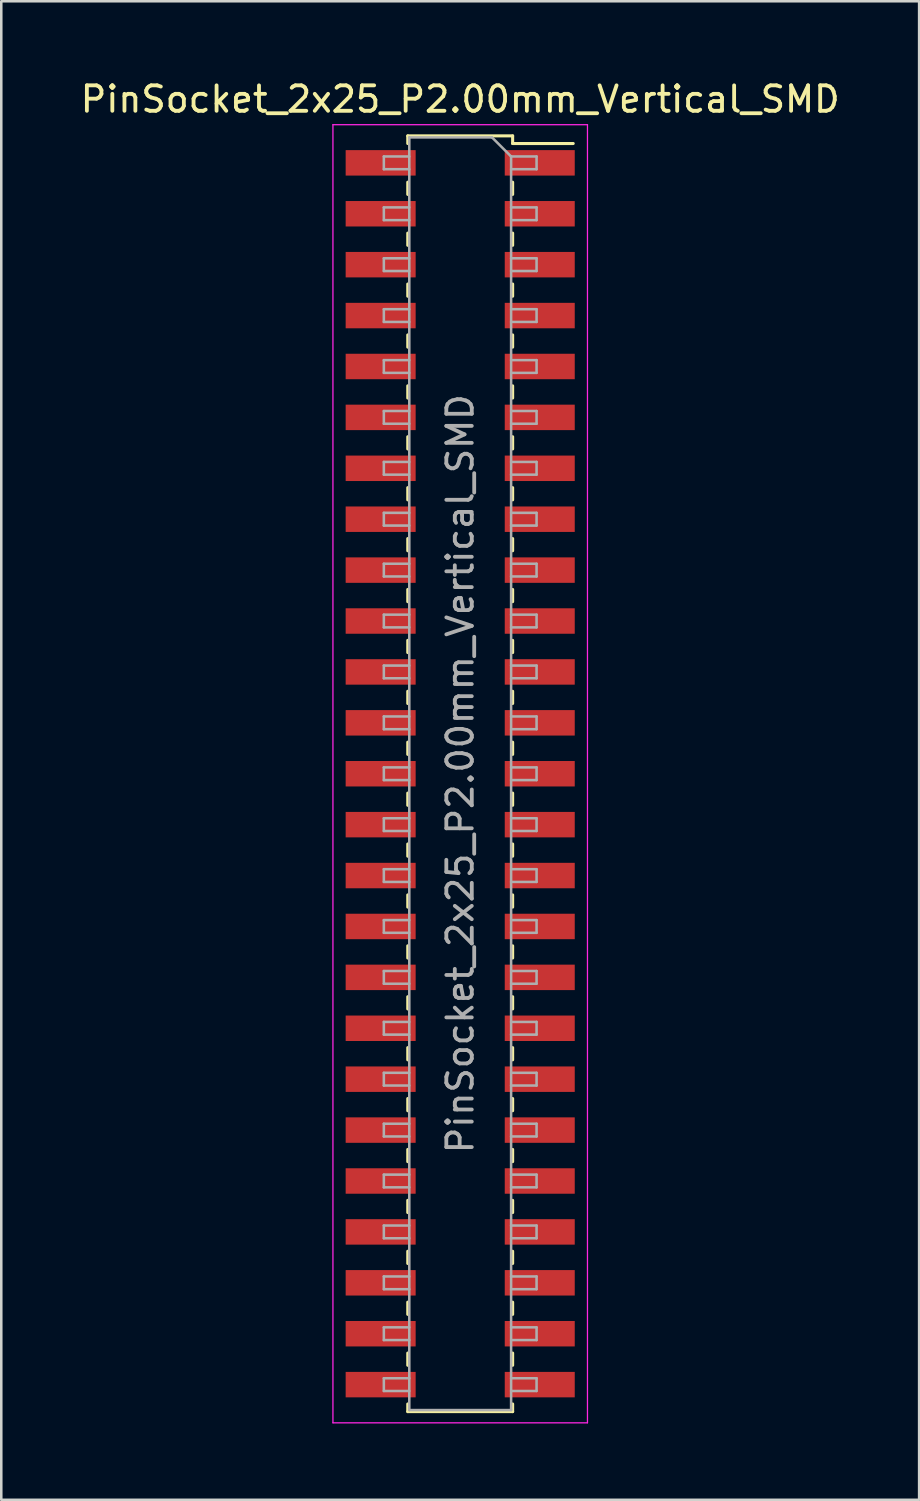
<source format=kicad_pcb>
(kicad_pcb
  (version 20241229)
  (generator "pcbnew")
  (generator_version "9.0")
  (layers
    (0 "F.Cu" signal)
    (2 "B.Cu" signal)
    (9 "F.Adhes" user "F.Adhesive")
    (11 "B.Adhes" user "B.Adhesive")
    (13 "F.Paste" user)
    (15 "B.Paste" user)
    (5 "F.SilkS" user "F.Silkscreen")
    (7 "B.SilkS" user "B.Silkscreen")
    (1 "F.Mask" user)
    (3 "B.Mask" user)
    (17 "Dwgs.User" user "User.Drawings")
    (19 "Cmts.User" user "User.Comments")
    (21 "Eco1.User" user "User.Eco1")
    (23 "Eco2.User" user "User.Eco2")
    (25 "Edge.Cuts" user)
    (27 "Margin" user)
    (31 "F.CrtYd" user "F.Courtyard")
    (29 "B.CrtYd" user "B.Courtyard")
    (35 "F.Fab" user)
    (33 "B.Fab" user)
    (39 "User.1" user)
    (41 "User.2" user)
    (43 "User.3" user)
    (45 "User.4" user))
  (footprint "PinSocket_2x25_P2.00mm_Vertical_SMD"
    (layer "F.Cu")
    (at 15.03 27.348)
    (property "Reference" "PinSocket_2x25_P2.00mm_Vertical_SMD" (at 0 -26.5 0) (layer "F.SilkS") (effects (font (size 1 1) (thickness 0.15))))
    (attr smd)
    (fp_line (start -2.06 -25.06) (end -2.06 -24.76) (stroke (width 0.12) (type solid)) (layer "F.SilkS"))
    (fp_line (start -2.06 -25.06) (end 2.06 -25.06) (stroke (width 0.12) (type solid)) (layer "F.SilkS"))
    (fp_line (start -2.06 -23.24) (end -2.06 -22.76) (stroke (width 0.12) (type solid)) (layer "F.SilkS"))
    (fp_line (start -2.06 -21.24) (end -2.06 -20.76) (stroke (width 0.12) (type solid)) (layer "F.SilkS"))
    (fp_line (start -2.06 -19.24) (end -2.06 -18.76) (stroke (width 0.12) (type solid)) (layer "F.SilkS"))
    (fp_line (start -2.06 -17.24) (end -2.06 -16.76) (stroke (width 0.12) (type solid)) (layer "F.SilkS"))
    (fp_line (start -2.06 -15.24) (end -2.06 -14.76) (stroke (width 0.12) (type solid)) (layer "F.SilkS"))
    (fp_line (start -2.06 -13.24) (end -2.06 -12.76) (stroke (width 0.12) (type solid)) (layer "F.SilkS"))
    (fp_line (start -2.06 -11.24) (end -2.06 -10.76) (stroke (width 0.12) (type solid)) (layer "F.SilkS"))
    (fp_line (start -2.06 -9.24) (end -2.06 -8.76) (stroke (width 0.12) (type solid)) (layer "F.SilkS"))
    (fp_line (start -2.06 -7.24) (end -2.06 -6.76) (stroke (width 0.12) (type solid)) (layer "F.SilkS"))
    (fp_line (start -2.06 -5.24) (end -2.06 -4.76) (stroke (width 0.12) (type solid)) (layer "F.SilkS"))
    (fp_line (start -2.06 -3.24) (end -2.06 -2.76) (stroke (width 0.12) (type solid)) (layer "F.SilkS"))
    (fp_line (start -2.06 -1.24) (end -2.06 -0.76) (stroke (width 0.12) (type solid)) (layer "F.SilkS"))
    (fp_line (start -2.06 0.76) (end -2.06 1.24) (stroke (width 0.12) (type solid)) (layer "F.SilkS"))
    (fp_line (start -2.06 2.76) (end -2.06 3.24) (stroke (width 0.12) (type solid)) (layer "F.SilkS"))
    (fp_line (start -2.06 4.76) (end -2.06 5.24) (stroke (width 0.12) (type solid)) (layer "F.SilkS"))
    (fp_line (start -2.06 6.76) (end -2.06 7.24) (stroke (width 0.12) (type solid)) (layer "F.SilkS"))
    (fp_line (start -2.06 8.76) (end -2.06 9.24) (stroke (width 0.12) (type solid)) (layer "F.SilkS"))
    (fp_line (start -2.06 10.76) (end -2.06 11.24) (stroke (width 0.12) (type solid)) (layer "F.SilkS"))
    (fp_line (start -2.06 12.76) (end -2.06 13.24) (stroke (width 0.12) (type solid)) (layer "F.SilkS"))
    (fp_line (start -2.06 14.76) (end -2.06 15.24) (stroke (width 0.12) (type solid)) (layer "F.SilkS"))
    (fp_line (start -2.06 16.76) (end -2.06 17.24) (stroke (width 0.12) (type solid)) (layer "F.SilkS"))
    (fp_line (start -2.06 18.76) (end -2.06 19.24) (stroke (width 0.12) (type solid)) (layer "F.SilkS"))
    (fp_line (start -2.06 20.76) (end -2.06 21.24) (stroke (width 0.12) (type solid)) (layer "F.SilkS"))
    (fp_line (start -2.06 22.76) (end -2.06 23.24) (stroke (width 0.12) (type solid)) (layer "F.SilkS"))
    (fp_line (start -2.06 24.76) (end -2.06 25.06) (stroke (width 0.12) (type solid)) (layer "F.SilkS"))
    (fp_line (start -2.06 25.06) (end 2.06 25.06) (stroke (width 0.12) (type solid)) (layer "F.SilkS"))
    (fp_line (start 2.06 -25.06) (end 2.06 -24.76) (stroke (width 0.12) (type solid)) (layer "F.SilkS"))
    (fp_line (start 2.06 -24.76) (end 4.44 -24.76) (stroke (width 0.12) (type solid)) (layer "F.SilkS"))
    (fp_line (start 2.06 -23.24) (end 2.06 -22.76) (stroke (width 0.12) (type solid)) (layer "F.SilkS"))
    (fp_line (start 2.06 -21.24) (end 2.06 -20.76) (stroke (width 0.12) (type solid)) (layer "F.SilkS"))
    (fp_line (start 2.06 -19.24) (end 2.06 -18.76) (stroke (width 0.12) (type solid)) (layer "F.SilkS"))
    (fp_line (start 2.06 -17.24) (end 2.06 -16.76) (stroke (width 0.12) (type solid)) (layer "F.SilkS"))
    (fp_line (start 2.06 -15.24) (end 2.06 -14.76) (stroke (width 0.12) (type solid)) (layer "F.SilkS"))
    (fp_line (start 2.06 -13.24) (end 2.06 -12.76) (stroke (width 0.12) (type solid)) (layer "F.SilkS"))
    (fp_line (start 2.06 -11.24) (end 2.06 -10.76) (stroke (width 0.12) (type solid)) (layer "F.SilkS"))
    (fp_line (start 2.06 -9.24) (end 2.06 -8.76) (stroke (width 0.12) (type solid)) (layer "F.SilkS"))
    (fp_line (start 2.06 -7.24) (end 2.06 -6.76) (stroke (width 0.12) (type solid)) (layer "F.SilkS"))
    (fp_line (start 2.06 -5.24) (end 2.06 -4.76) (stroke (width 0.12) (type solid)) (layer "F.SilkS"))
    (fp_line (start 2.06 -3.24) (end 2.06 -2.76) (stroke (width 0.12) (type solid)) (layer "F.SilkS"))
    (fp_line (start 2.06 -1.24) (end 2.06 -0.76) (stroke (width 0.12) (type solid)) (layer "F.SilkS"))
    (fp_line (start 2.06 0.76) (end 2.06 1.24) (stroke (width 0.12) (type solid)) (layer "F.SilkS"))
    (fp_line (start 2.06 2.76) (end 2.06 3.24) (stroke (width 0.12) (type solid)) (layer "F.SilkS"))
    (fp_line (start 2.06 4.76) (end 2.06 5.24) (stroke (width 0.12) (type solid)) (layer "F.SilkS"))
    (fp_line (start 2.06 6.76) (end 2.06 7.24) (stroke (width 0.12) (type solid)) (layer "F.SilkS"))
    (fp_line (start 2.06 8.76) (end 2.06 9.24) (stroke (width 0.12) (type solid)) (layer "F.SilkS"))
    (fp_line (start 2.06 10.76) (end 2.06 11.24) (stroke (width 0.12) (type solid)) (layer "F.SilkS"))
    (fp_line (start 2.06 12.76) (end 2.06 13.24) (stroke (width 0.12) (type solid)) (layer "F.SilkS"))
    (fp_line (start 2.06 14.76) (end 2.06 15.24) (stroke (width 0.12) (type solid)) (layer "F.SilkS"))
    (fp_line (start 2.06 16.76) (end 2.06 17.24) (stroke (width 0.12) (type solid)) (layer "F.SilkS"))
    (fp_line (start 2.06 18.76) (end 2.06 19.24) (stroke (width 0.12) (type solid)) (layer "F.SilkS"))
    (fp_line (start 2.06 20.76) (end 2.06 21.24) (stroke (width 0.12) (type solid)) (layer "F.SilkS"))
    (fp_line (start 2.06 22.76) (end 2.06 23.24) (stroke (width 0.12) (type solid)) (layer "F.SilkS"))
    (fp_line (start 2.06 24.76) (end 2.06 25.06) (stroke (width 0.12) (type solid)) (layer "F.SilkS"))
    (fp_line (start -5 -25.5) (end 5 -25.5) (stroke (width 0.05) (type solid)) (layer "F.CrtYd"))
    (fp_line (start -5 25.5) (end -5 -25.5) (stroke (width 0.05) (type solid)) (layer "F.CrtYd"))
    (fp_line (start 5 -25.5) (end 5 25.5) (stroke (width 0.05) (type solid)) (layer "F.CrtYd"))
    (fp_line (start 5 25.5) (end -5 25.5) (stroke (width 0.05) (type solid)) (layer "F.CrtYd"))
    (fp_line (start -3 -24.25) (end -2 -24.25) (stroke (width 0.1) (type solid)) (layer "F.Fab"))
    (fp_line (start -3 -23.75) (end -3 -24.25) (stroke (width 0.1) (type solid)) (layer "F.Fab"))
    (fp_line (start -3 -22.25) (end -2 -22.25) (stroke (width 0.1) (type solid)) (layer "F.Fab"))
    (fp_line (start -3 -21.75) (end -3 -22.25) (stroke (width 0.1) (type solid)) (layer "F.Fab"))
    (fp_line (start -3 -20.25) (end -2 -20.25) (stroke (width 0.1) (type solid)) (layer "F.Fab"))
    (fp_line (start -3 -19.75) (end -3 -20.25) (stroke (width 0.1) (type solid)) (layer "F.Fab"))
    (fp_line (start -3 -18.25) (end -2 -18.25) (stroke (width 0.1) (type solid)) (layer "F.Fab"))
    (fp_line (start -3 -17.75) (end -3 -18.25) (stroke (width 0.1) (type solid)) (layer "F.Fab"))
    (fp_line (start -3 -16.25) (end -2 -16.25) (stroke (width 0.1) (type solid)) (layer "F.Fab"))
    (fp_line (start -3 -15.75) (end -3 -16.25) (stroke (width 0.1) (type solid)) (layer "F.Fab"))
    (fp_line (start -3 -14.25) (end -2 -14.25) (stroke (width 0.1) (type solid)) (layer "F.Fab"))
    (fp_line (start -3 -13.75) (end -3 -14.25) (stroke (width 0.1) (type solid)) (layer "F.Fab"))
    (fp_line (start -3 -12.25) (end -2 -12.25) (stroke (width 0.1) (type solid)) (layer "F.Fab"))
    (fp_line (start -3 -11.75) (end -3 -12.25) (stroke (width 0.1) (type solid)) (layer "F.Fab"))
    (fp_line (start -3 -10.25) (end -2 -10.25) (stroke (width 0.1) (type solid)) (layer "F.Fab"))
    (fp_line (start -3 -9.75) (end -3 -10.25) (stroke (width 0.1) (type solid)) (layer "F.Fab"))
    (fp_line (start -3 -8.25) (end -2 -8.25) (stroke (width 0.1) (type solid)) (layer "F.Fab"))
    (fp_line (start -3 -7.75) (end -3 -8.25) (stroke (width 0.1) (type solid)) (layer "F.Fab"))
    (fp_line (start -3 -6.25) (end -2 -6.25) (stroke (width 0.1) (type solid)) (layer "F.Fab"))
    (fp_line (start -3 -5.75) (end -3 -6.25) (stroke (width 0.1) (type solid)) (layer "F.Fab"))
    (fp_line (start -3 -4.25) (end -2 -4.25) (stroke (width 0.1) (type solid)) (layer "F.Fab"))
    (fp_line (start -3 -3.75) (end -3 -4.25) (stroke (width 0.1) (type solid)) (layer "F.Fab"))
    (fp_line (start -3 -2.25) (end -2 -2.25) (stroke (width 0.1) (type solid)) (layer "F.Fab"))
    (fp_line (start -3 -1.75) (end -3 -2.25) (stroke (width 0.1) (type solid)) (layer "F.Fab"))
    (fp_line (start -3 -0.25) (end -2 -0.25) (stroke (width 0.1) (type solid)) (layer "F.Fab"))
    (fp_line (start -3 0.25) (end -3 -0.25) (stroke (width 0.1) (type solid)) (layer "F.Fab"))
    (fp_line (start -3 1.75) (end -2 1.75) (stroke (width 0.1) (type solid)) (layer "F.Fab"))
    (fp_line (start -3 2.25) (end -3 1.75) (stroke (width 0.1) (type solid)) (layer "F.Fab"))
    (fp_line (start -3 3.75) (end -2 3.75) (stroke (width 0.1) (type solid)) (layer "F.Fab"))
    (fp_line (start -3 4.25) (end -3 3.75) (stroke (width 0.1) (type solid)) (layer "F.Fab"))
    (fp_line (start -3 5.75) (end -2 5.75) (stroke (width 0.1) (type solid)) (layer "F.Fab"))
    (fp_line (start -3 6.25) (end -3 5.75) (stroke (width 0.1) (type solid)) (layer "F.Fab"))
    (fp_line (start -3 7.75) (end -2 7.75) (stroke (width 0.1) (type solid)) (layer "F.Fab"))
    (fp_line (start -3 8.25) (end -3 7.75) (stroke (width 0.1) (type solid)) (layer "F.Fab"))
    (fp_line (start -3 9.75) (end -2 9.75) (stroke (width 0.1) (type solid)) (layer "F.Fab"))
    (fp_line (start -3 10.25) (end -3 9.75) (stroke (width 0.1) (type solid)) (layer "F.Fab"))
    (fp_line (start -3 11.75) (end -2 11.75) (stroke (width 0.1) (type solid)) (layer "F.Fab"))
    (fp_line (start -3 12.25) (end -3 11.75) (stroke (width 0.1) (type solid)) (layer "F.Fab"))
    (fp_line (start -3 13.75) (end -2 13.75) (stroke (width 0.1) (type solid)) (layer "F.Fab"))
    (fp_line (start -3 14.25) (end -3 13.75) (stroke (width 0.1) (type solid)) (layer "F.Fab"))
    (fp_line (start -3 15.75) (end -2 15.75) (stroke (width 0.1) (type solid)) (layer "F.Fab"))
    (fp_line (start -3 16.25) (end -3 15.75) (stroke (width 0.1) (type solid)) (layer "F.Fab"))
    (fp_line (start -3 17.75) (end -2 17.75) (stroke (width 0.1) (type solid)) (layer "F.Fab"))
    (fp_line (start -3 18.25) (end -3 17.75) (stroke (width 0.1) (type solid)) (layer "F.Fab"))
    (fp_line (start -3 19.75) (end -2 19.75) (stroke (width 0.1) (type solid)) (layer "F.Fab"))
    (fp_line (start -3 20.25) (end -3 19.75) (stroke (width 0.1) (type solid)) (layer "F.Fab"))
    (fp_line (start -3 21.75) (end -2 21.75) (stroke (width 0.1) (type solid)) (layer "F.Fab"))
    (fp_line (start -3 22.25) (end -3 21.75) (stroke (width 0.1) (type solid)) (layer "F.Fab"))
    (fp_line (start -3 23.75) (end -2 23.75) (stroke (width 0.1) (type solid)) (layer "F.Fab"))
    (fp_line (start -3 24.25) (end -3 23.75) (stroke (width 0.1) (type solid)) (layer "F.Fab"))
    (fp_line (start -2 -25) (end 1.25 -25) (stroke (width 0.1) (type solid)) (layer "F.Fab"))
    (fp_line (start -2 -23.75) (end -3 -23.75) (stroke (width 0.1) (type solid)) (layer "F.Fab"))
    (fp_line (start -2 -21.75) (end -3 -21.75) (stroke (width 0.1) (type solid)) (layer "F.Fab"))
    (fp_line (start -2 -19.75) (end -3 -19.75) (stroke (width 0.1) (type solid)) (layer "F.Fab"))
    (fp_line (start -2 -17.75) (end -3 -17.75) (stroke (width 0.1) (type solid)) (layer "F.Fab"))
    (fp_line (start -2 -15.75) (end -3 -15.75) (stroke (width 0.1) (type solid)) (layer "F.Fab"))
    (fp_line (start -2 -13.75) (end -3 -13.75) (stroke (width 0.1) (type solid)) (layer "F.Fab"))
    (fp_line (start -2 -11.75) (end -3 -11.75) (stroke (width 0.1) (type solid)) (layer "F.Fab"))
    (fp_line (start -2 -9.75) (end -3 -9.75) (stroke (width 0.1) (type solid)) (layer "F.Fab"))
    (fp_line (start -2 -7.75) (end -3 -7.75) (stroke (width 0.1) (type solid)) (layer "F.Fab"))
    (fp_line (start -2 -5.75) (end -3 -5.75) (stroke (width 0.1) (type solid)) (layer "F.Fab"))
    (fp_line (start -2 -3.75) (end -3 -3.75) (stroke (width 0.1) (type solid)) (layer "F.Fab"))
    (fp_line (start -2 -1.75) (end -3 -1.75) (stroke (width 0.1) (type solid)) (layer "F.Fab"))
    (fp_line (start -2 0.25) (end -3 0.25) (stroke (width 0.1) (type solid)) (layer "F.Fab"))
    (fp_line (start -2 2.25) (end -3 2.25) (stroke (width 0.1) (type solid)) (layer "F.Fab"))
    (fp_line (start -2 4.25) (end -3 4.25) (stroke (width 0.1) (type solid)) (layer "F.Fab"))
    (fp_line (start -2 6.25) (end -3 6.25) (stroke (width 0.1) (type solid)) (layer "F.Fab"))
    (fp_line (start -2 8.25) (end -3 8.25) (stroke (width 0.1) (type solid)) (layer "F.Fab"))
    (fp_line (start -2 10.25) (end -3 10.25) (stroke (width 0.1) (type solid)) (layer "F.Fab"))
    (fp_line (start -2 12.25) (end -3 12.25) (stroke (width 0.1) (type solid)) (layer "F.Fab"))
    (fp_line (start -2 14.25) (end -3 14.25) (stroke (width 0.1) (type solid)) (layer "F.Fab"))
    (fp_line (start -2 16.25) (end -3 16.25) (stroke (width 0.1) (type solid)) (layer "F.Fab"))
    (fp_line (start -2 18.25) (end -3 18.25) (stroke (width 0.1) (type solid)) (layer "F.Fab"))
    (fp_line (start -2 20.25) (end -3 20.25) (stroke (width 0.1) (type solid)) (layer "F.Fab"))
    (fp_line (start -2 22.25) (end -3 22.25) (stroke (width 0.1) (type solid)) (layer "F.Fab"))
    (fp_line (start -2 24.25) (end -3 24.25) (stroke (width 0.1) (type solid)) (layer "F.Fab"))
    (fp_line (start -2 25) (end -2 -25) (stroke (width 0.1) (type solid)) (layer "F.Fab"))
    (fp_line (start 1.25 -25) (end 2 -24.25) (stroke (width 0.1) (type solid)) (layer "F.Fab"))
    (fp_line (start 2 -24.25) (end 2 25) (stroke (width 0.1) (type solid)) (layer "F.Fab"))
    (fp_line (start 2 -24.25) (end 3 -24.25) (stroke (width 0.1) (type solid)) (layer "F.Fab"))
    (fp_line (start 2 -22.25) (end 3 -22.25) (stroke (width 0.1) (type solid)) (layer "F.Fab"))
    (fp_line (start 2 -20.25) (end 3 -20.25) (stroke (width 0.1) (type solid)) (layer "F.Fab"))
    (fp_line (start 2 -18.25) (end 3 -18.25) (stroke (width 0.1) (type solid)) (layer "F.Fab"))
    (fp_line (start 2 -16.25) (end 3 -16.25) (stroke (width 0.1) (type solid)) (layer "F.Fab"))
    (fp_line (start 2 -14.25) (end 3 -14.25) (stroke (width 0.1) (type solid)) (layer "F.Fab"))
    (fp_line (start 2 -12.25) (end 3 -12.25) (stroke (width 0.1) (type solid)) (layer "F.Fab"))
    (fp_line (start 2 -10.25) (end 3 -10.25) (stroke (width 0.1) (type solid)) (layer "F.Fab"))
    (fp_line (start 2 -8.25) (end 3 -8.25) (stroke (width 0.1) (type solid)) (layer "F.Fab"))
    (fp_line (start 2 -6.25) (end 3 -6.25) (stroke (width 0.1) (type solid)) (layer "F.Fab"))
    (fp_line (start 2 -4.25) (end 3 -4.25) (stroke (width 0.1) (type solid)) (layer "F.Fab"))
    (fp_line (start 2 -2.25) (end 3 -2.25) (stroke (width 0.1) (type solid)) (layer "F.Fab"))
    (fp_line (start 2 -0.25) (end 3 -0.25) (stroke (width 0.1) (type solid)) (layer "F.Fab"))
    (fp_line (start 2 1.75) (end 3 1.75) (stroke (width 0.1) (type solid)) (layer "F.Fab"))
    (fp_line (start 2 3.75) (end 3 3.75) (stroke (width 0.1) (type solid)) (layer "F.Fab"))
    (fp_line (start 2 5.75) (end 3 5.75) (stroke (width 0.1) (type solid)) (layer "F.Fab"))
    (fp_line (start 2 7.75) (end 3 7.75) (stroke (width 0.1) (type solid)) (layer "F.Fab"))
    (fp_line (start 2 9.75) (end 3 9.75) (stroke (width 0.1) (type solid)) (layer "F.Fab"))
    (fp_line (start 2 11.75) (end 3 11.75) (stroke (width 0.1) (type solid)) (layer "F.Fab"))
    (fp_line (start 2 13.75) (end 3 13.75) (stroke (width 0.1) (type solid)) (layer "F.Fab"))
    (fp_line (start 2 15.75) (end 3 15.75) (stroke (width 0.1) (type solid)) (layer "F.Fab"))
    (fp_line (start 2 17.75) (end 3 17.75) (stroke (width 0.1) (type solid)) (layer "F.Fab"))
    (fp_line (start 2 19.75) (end 3 19.75) (stroke (width 0.1) (type solid)) (layer "F.Fab"))
    (fp_line (start 2 21.75) (end 3 21.75) (stroke (width 0.1) (type solid)) (layer "F.Fab"))
    (fp_line (start 2 23.75) (end 3 23.75) (stroke (width 0.1) (type solid)) (layer "F.Fab"))
    (fp_line (start 2 25) (end -2 25) (stroke (width 0.1) (type solid)) (layer "F.Fab"))
    (fp_line (start 3 -24.25) (end 3 -23.75) (stroke (width 0.1) (type solid)) (layer "F.Fab"))
    (fp_line (start 3 -23.75) (end 2 -23.75) (stroke (width 0.1) (type solid)) (layer "F.Fab"))
    (fp_line (start 3 -22.25) (end 3 -21.75) (stroke (width 0.1) (type solid)) (layer "F.Fab"))
    (fp_line (start 3 -21.75) (end 2 -21.75) (stroke (width 0.1) (type solid)) (layer "F.Fab"))
    (fp_line (start 3 -20.25) (end 3 -19.75) (stroke (width 0.1) (type solid)) (layer "F.Fab"))
    (fp_line (start 3 -19.75) (end 2 -19.75) (stroke (width 0.1) (type solid)) (layer "F.Fab"))
    (fp_line (start 3 -18.25) (end 3 -17.75) (stroke (width 0.1) (type solid)) (layer "F.Fab"))
    (fp_line (start 3 -17.75) (end 2 -17.75) (stroke (width 0.1) (type solid)) (layer "F.Fab"))
    (fp_line (start 3 -16.25) (end 3 -15.75) (stroke (width 0.1) (type solid)) (layer "F.Fab"))
    (fp_line (start 3 -15.75) (end 2 -15.75) (stroke (width 0.1) (type solid)) (layer "F.Fab"))
    (fp_line (start 3 -14.25) (end 3 -13.75) (stroke (width 0.1) (type solid)) (layer "F.Fab"))
    (fp_line (start 3 -13.75) (end 2 -13.75) (stroke (width 0.1) (type solid)) (layer "F.Fab"))
    (fp_line (start 3 -12.25) (end 3 -11.75) (stroke (width 0.1) (type solid)) (layer "F.Fab"))
    (fp_line (start 3 -11.75) (end 2 -11.75) (stroke (width 0.1) (type solid)) (layer "F.Fab"))
    (fp_line (start 3 -10.25) (end 3 -9.75) (stroke (width 0.1) (type solid)) (layer "F.Fab"))
    (fp_line (start 3 -9.75) (end 2 -9.75) (stroke (width 0.1) (type solid)) (layer "F.Fab"))
    (fp_line (start 3 -8.25) (end 3 -7.75) (stroke (width 0.1) (type solid)) (layer "F.Fab"))
    (fp_line (start 3 -7.75) (end 2 -7.75) (stroke (width 0.1) (type solid)) (layer "F.Fab"))
    (fp_line (start 3 -6.25) (end 3 -5.75) (stroke (width 0.1) (type solid)) (layer "F.Fab"))
    (fp_line (start 3 -5.75) (end 2 -5.75) (stroke (width 0.1) (type solid)) (layer "F.Fab"))
    (fp_line (start 3 -4.25) (end 3 -3.75) (stroke (width 0.1) (type solid)) (layer "F.Fab"))
    (fp_line (start 3 -3.75) (end 2 -3.75) (stroke (width 0.1) (type solid)) (layer "F.Fab"))
    (fp_line (start 3 -2.25) (end 3 -1.75) (stroke (width 0.1) (type solid)) (layer "F.Fab"))
    (fp_line (start 3 -1.75) (end 2 -1.75) (stroke (width 0.1) (type solid)) (layer "F.Fab"))
    (fp_line (start 3 -0.25) (end 3 0.25) (stroke (width 0.1) (type solid)) (layer "F.Fab"))
    (fp_line (start 3 0.25) (end 2 0.25) (stroke (width 0.1) (type solid)) (layer "F.Fab"))
    (fp_line (start 3 1.75) (end 3 2.25) (stroke (width 0.1) (type solid)) (layer "F.Fab"))
    (fp_line (start 3 2.25) (end 2 2.25) (stroke (width 0.1) (type solid)) (layer "F.Fab"))
    (fp_line (start 3 3.75) (end 3 4.25) (stroke (width 0.1) (type solid)) (layer "F.Fab"))
    (fp_line (start 3 4.25) (end 2 4.25) (stroke (width 0.1) (type solid)) (layer "F.Fab"))
    (fp_line (start 3 5.75) (end 3 6.25) (stroke (width 0.1) (type solid)) (layer "F.Fab"))
    (fp_line (start 3 6.25) (end 2 6.25) (stroke (width 0.1) (type solid)) (layer "F.Fab"))
    (fp_line (start 3 7.75) (end 3 8.25) (stroke (width 0.1) (type solid)) (layer "F.Fab"))
    (fp_line (start 3 8.25) (end 2 8.25) (stroke (width 0.1) (type solid)) (layer "F.Fab"))
    (fp_line (start 3 9.75) (end 3 10.25) (stroke (width 0.1) (type solid)) (layer "F.Fab"))
    (fp_line (start 3 10.25) (end 2 10.25) (stroke (width 0.1) (type solid)) (layer "F.Fab"))
    (fp_line (start 3 11.75) (end 3 12.25) (stroke (width 0.1) (type solid)) (layer "F.Fab"))
    (fp_line (start 3 12.25) (end 2 12.25) (stroke (width 0.1) (type solid)) (layer "F.Fab"))
    (fp_line (start 3 13.75) (end 3 14.25) (stroke (width 0.1) (type solid)) (layer "F.Fab"))
    (fp_line (start 3 14.25) (end 2 14.25) (stroke (width 0.1) (type solid)) (layer "F.Fab"))
    (fp_line (start 3 15.75) (end 3 16.25) (stroke (width 0.1) (type solid)) (layer "F.Fab"))
    (fp_line (start 3 16.25) (end 2 16.25) (stroke (width 0.1) (type solid)) (layer "F.Fab"))
    (fp_line (start 3 17.75) (end 3 18.25) (stroke (width 0.1) (type solid)) (layer "F.Fab"))
    (fp_line (start 3 18.25) (end 2 18.25) (stroke (width 0.1) (type solid)) (layer "F.Fab"))
    (fp_line (start 3 19.75) (end 3 20.25) (stroke (width 0.1) (type solid)) (layer "F.Fab"))
    (fp_line (start 3 20.25) (end 2 20.25) (stroke (width 0.1) (type solid)) (layer "F.Fab"))
    (fp_line (start 3 21.75) (end 3 22.25) (stroke (width 0.1) (type solid)) (layer "F.Fab"))
    (fp_line (start 3 22.25) (end 2 22.25) (stroke (width 0.1) (type solid)) (layer "F.Fab"))
    (fp_line (start 3 23.75) (end 3 24.25) (stroke (width 0.1) (type solid)) (layer "F.Fab"))
    (fp_line (start 3 24.25) (end 2 24.25) (stroke (width 0.1) (type solid)) (layer "F.Fab"))
    (fp_text user "${REFERENCE}" (at 0 0 90) (layer "F.Fab") (effects (font (size 1 1) (thickness 0.15))))
    (pad "1" smd rect (at 3.125 -24) (size 2.75 1) (layers "F.Cu" "F.Mask" "F.Paste"))
    (pad "2" smd rect (at -3.125 -24) (size 2.75 1) (layers "F.Cu" "F.Mask" "F.Paste"))
    (pad "3" smd rect (at 3.125 -22) (size 2.75 1) (layers "F.Cu" "F.Mask" "F.Paste"))
    (pad "4" smd rect (at -3.125 -22) (size 2.75 1) (layers "F.Cu" "F.Mask" "F.Paste"))
    (pad "5" smd rect (at 3.125 -20) (size 2.75 1) (layers "F.Cu" "F.Mask" "F.Paste"))
    (pad "6" smd rect (at -3.125 -20) (size 2.75 1) (layers "F.Cu" "F.Mask" "F.Paste"))
    (pad "7" smd rect (at 3.125 -18) (size 2.75 1) (layers "F.Cu" "F.Mask" "F.Paste"))
    (pad "8" smd rect (at -3.125 -18) (size 2.75 1) (layers "F.Cu" "F.Mask" "F.Paste"))
    (pad "9" smd rect (at 3.125 -16) (size 2.75 1) (layers "F.Cu" "F.Mask" "F.Paste"))
    (pad "10" smd rect (at -3.125 -16) (size 2.75 1) (layers "F.Cu" "F.Mask" "F.Paste"))
    (pad "11" smd rect (at 3.125 -14) (size 2.75 1) (layers "F.Cu" "F.Mask" "F.Paste"))
    (pad "12" smd rect (at -3.125 -14) (size 2.75 1) (layers "F.Cu" "F.Mask" "F.Paste"))
    (pad "13" smd rect (at 3.125 -12) (size 2.75 1) (layers "F.Cu" "F.Mask" "F.Paste"))
    (pad "14" smd rect (at -3.125 -12) (size 2.75 1) (layers "F.Cu" "F.Mask" "F.Paste"))
    (pad "15" smd rect (at 3.125 -10) (size 2.75 1) (layers "F.Cu" "F.Mask" "F.Paste"))
    (pad "16" smd rect (at -3.125 -10) (size 2.75 1) (layers "F.Cu" "F.Mask" "F.Paste"))
    (pad "17" smd rect (at 3.125 -8) (size 2.75 1) (layers "F.Cu" "F.Mask" "F.Paste"))
    (pad "18" smd rect (at -3.125 -8) (size 2.75 1) (layers "F.Cu" "F.Mask" "F.Paste"))
    (pad "19" smd rect (at 3.125 -6) (size 2.75 1) (layers "F.Cu" "F.Mask" "F.Paste"))
    (pad "20" smd rect (at -3.125 -6) (size 2.75 1) (layers "F.Cu" "F.Mask" "F.Paste"))
    (pad "21" smd rect (at 3.125 -4) (size 2.75 1) (layers "F.Cu" "F.Mask" "F.Paste"))
    (pad "22" smd rect (at -3.125 -4) (size 2.75 1) (layers "F.Cu" "F.Mask" "F.Paste"))
    (pad "23" smd rect (at 3.125 -2) (size 2.75 1) (layers "F.Cu" "F.Mask" "F.Paste"))
    (pad "24" smd rect (at -3.125 -2) (size 2.75 1) (layers "F.Cu" "F.Mask" "F.Paste"))
    (pad "25" smd rect (at 3.125 0) (size 2.75 1) (layers "F.Cu" "F.Mask" "F.Paste"))
    (pad "26" smd rect (at -3.125 0) (size 2.75 1) (layers "F.Cu" "F.Mask" "F.Paste"))
    (pad "27" smd rect (at 3.125 2) (size 2.75 1) (layers "F.Cu" "F.Mask" "F.Paste"))
    (pad "28" smd rect (at -3.125 2) (size 2.75 1) (layers "F.Cu" "F.Mask" "F.Paste"))
    (pad "29" smd rect (at 3.125 4) (size 2.75 1) (layers "F.Cu" "F.Mask" "F.Paste"))
    (pad "30" smd rect (at -3.125 4) (size 2.75 1) (layers "F.Cu" "F.Mask" "F.Paste"))
    (pad "31" smd rect (at 3.125 6) (size 2.75 1) (layers "F.Cu" "F.Mask" "F.Paste"))
    (pad "32" smd rect (at -3.125 6) (size 2.75 1) (layers "F.Cu" "F.Mask" "F.Paste"))
    (pad "33" smd rect (at 3.125 8) (size 2.75 1) (layers "F.Cu" "F.Mask" "F.Paste"))
    (pad "34" smd rect (at -3.125 8) (size 2.75 1) (layers "F.Cu" "F.Mask" "F.Paste"))
    (pad "35" smd rect (at 3.125 10) (size 2.75 1) (layers "F.Cu" "F.Mask" "F.Paste"))
    (pad "36" smd rect (at -3.125 10) (size 2.75 1) (layers "F.Cu" "F.Mask" "F.Paste"))
    (pad "37" smd rect (at 3.125 12) (size 2.75 1) (layers "F.Cu" "F.Mask" "F.Paste"))
    (pad "38" smd rect (at -3.125 12) (size 2.75 1) (layers "F.Cu" "F.Mask" "F.Paste"))
    (pad "39" smd rect (at 3.125 14) (size 2.75 1) (layers "F.Cu" "F.Mask" "F.Paste"))
    (pad "40" smd rect (at -3.125 14) (size 2.75 1) (layers "F.Cu" "F.Mask" "F.Paste"))
    (pad "41" smd rect (at 3.125 16) (size 2.75 1) (layers "F.Cu" "F.Mask" "F.Paste"))
    (pad "42" smd rect (at -3.125 16) (size 2.75 1) (layers "F.Cu" "F.Mask" "F.Paste"))
    (pad "43" smd rect (at 3.125 18) (size 2.75 1) (layers "F.Cu" "F.Mask" "F.Paste"))
    (pad "44" smd rect (at -3.125 18) (size 2.75 1) (layers "F.Cu" "F.Mask" "F.Paste"))
    (pad "45" smd rect (at 3.125 20) (size 2.75 1) (layers "F.Cu" "F.Mask" "F.Paste"))
    (pad "46" smd rect (at -3.125 20) (size 2.75 1) (layers "F.Cu" "F.Mask" "F.Paste"))
    (pad "47" smd rect (at 3.125 22) (size 2.75 1) (layers "F.Cu" "F.Mask" "F.Paste"))
    (pad "48" smd rect (at -3.125 22) (size 2.75 1) (layers "F.Cu" "F.Mask" "F.Paste"))
    (pad "49" smd rect (at 3.125 24) (size 2.75 1) (layers "F.Cu" "F.Mask" "F.Paste"))
    (pad "50" smd rect (at -3.125 24) (size 2.75 1) (layers "F.Cu" "F.Mask" "F.Paste")))
  (gr_rect
    (start -3 -3)
    (end 33.06 55.873)
    (stroke (width 0.1) (type default))
    (fill no)
    (layer "Edge.Cuts")))
</source>
